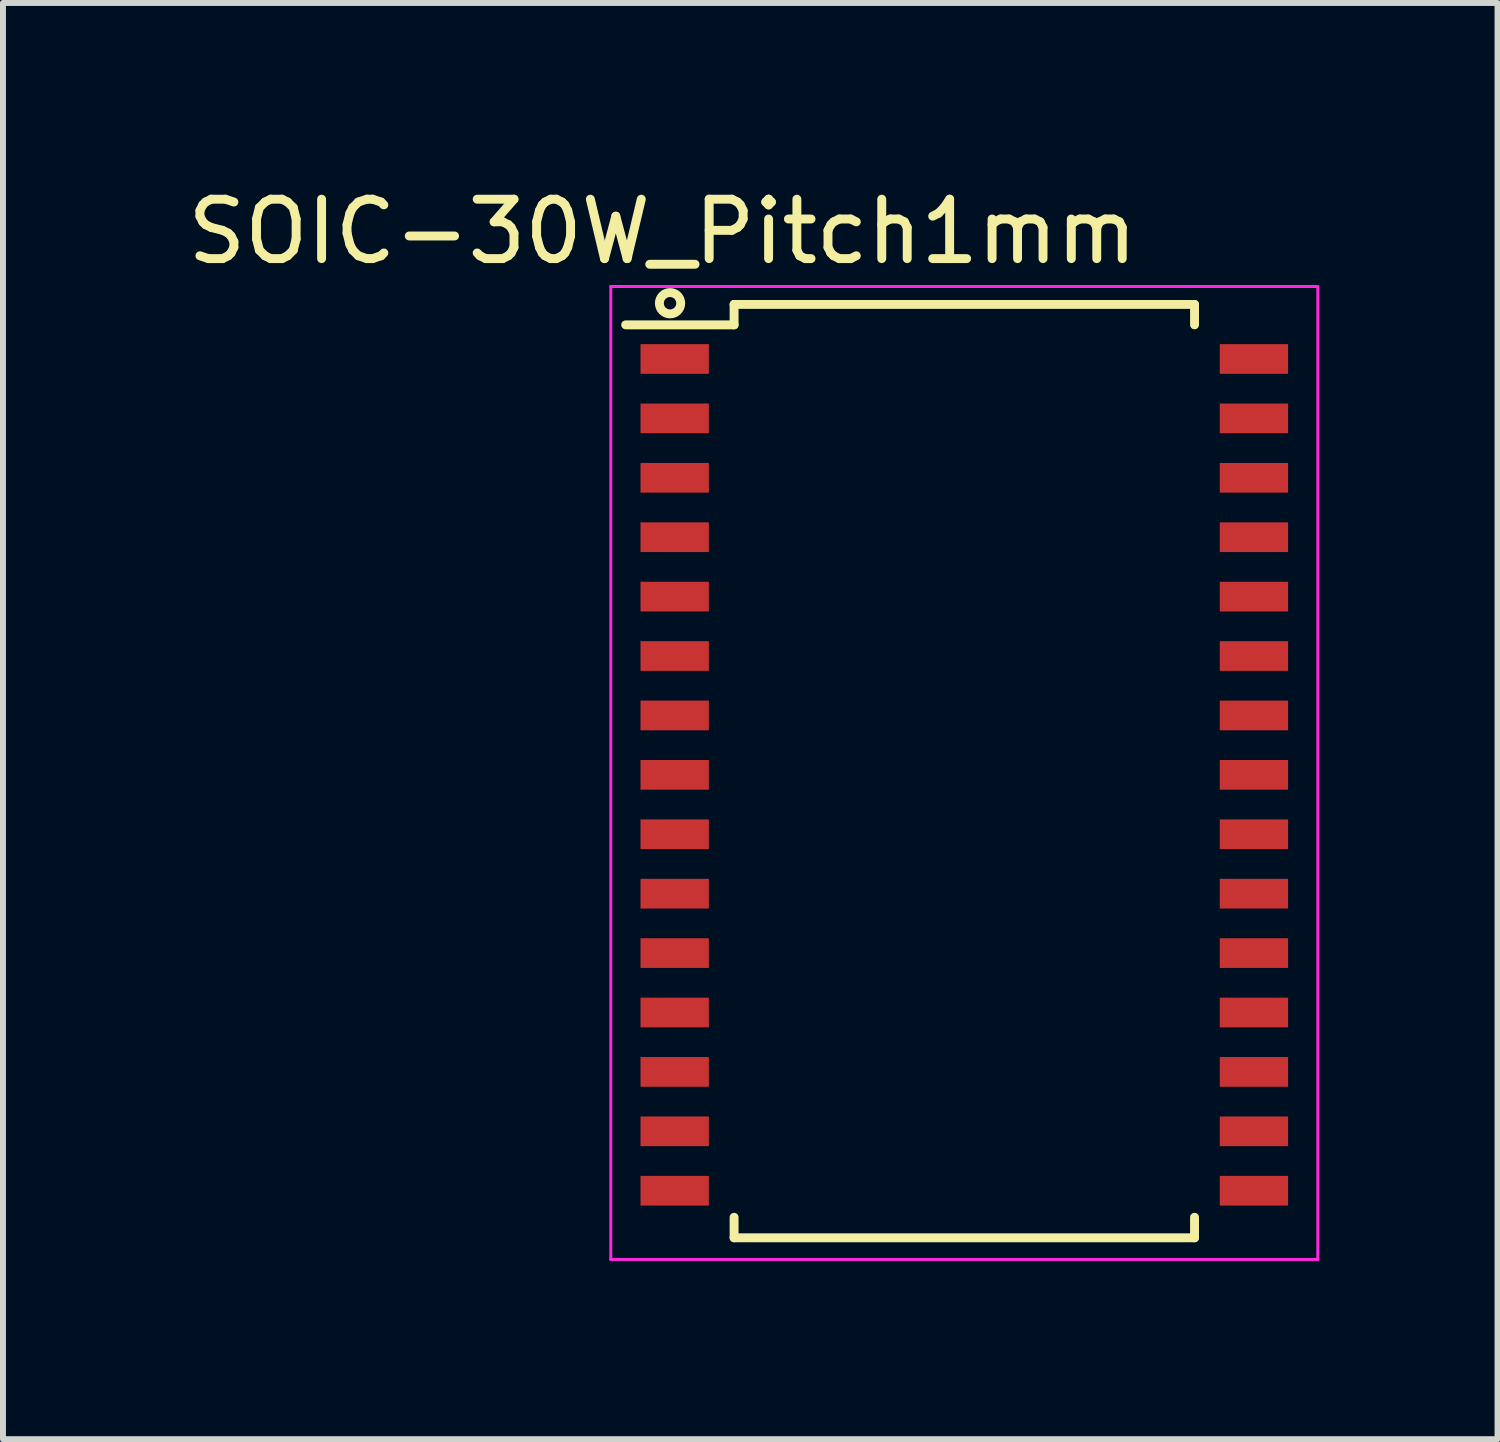
<source format=kicad_pcb>
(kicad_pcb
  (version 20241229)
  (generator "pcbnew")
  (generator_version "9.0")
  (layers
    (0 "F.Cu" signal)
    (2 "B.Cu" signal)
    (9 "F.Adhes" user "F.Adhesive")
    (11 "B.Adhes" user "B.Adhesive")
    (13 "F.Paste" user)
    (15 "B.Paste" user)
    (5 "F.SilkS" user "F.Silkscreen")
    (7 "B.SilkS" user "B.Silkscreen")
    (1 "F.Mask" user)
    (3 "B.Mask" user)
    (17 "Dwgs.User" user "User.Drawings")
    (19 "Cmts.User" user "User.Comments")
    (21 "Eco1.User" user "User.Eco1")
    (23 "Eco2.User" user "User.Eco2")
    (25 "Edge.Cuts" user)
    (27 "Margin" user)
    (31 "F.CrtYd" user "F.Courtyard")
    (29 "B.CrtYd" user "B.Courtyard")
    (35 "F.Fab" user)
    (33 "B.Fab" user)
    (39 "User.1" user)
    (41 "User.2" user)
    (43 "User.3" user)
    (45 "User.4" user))
  (footprint "SOIC-30W_Pitch1mm"
    (layer "F.Cu")
    (at 13.181 9.992)
    (property "Reference" "SOIC-30W_Pitch1mm" (at -5.08 -9.144 0) (layer "F.SilkS") (effects (font (size 1 1) (thickness 0.15))))
    (attr smd)
    (fp_line (start -3.875 -7.918) (end -3.875 -7.574) (stroke (width 0.15) (type solid)) (layer "F.SilkS"))
    (fp_line (start -3.875 -7.918) (end 3.875 -7.918) (stroke (width 0.15) (type solid)) (layer "F.SilkS"))
    (fp_line (start -3.875 -7.574) (end -5.7 -7.574) (stroke (width 0.15) (type solid)) (layer "F.SilkS"))
    (fp_line (start -3.875 7.792) (end -3.875 7.447) (stroke (width 0.15) (type solid)) (layer "F.SilkS"))
    (fp_line (start -3.875 7.792) (end 3.875 7.792) (stroke (width 0.15) (type solid)) (layer "F.SilkS"))
    (fp_line (start 3.875 -7.918) (end 3.875 -7.574) (stroke (width 0.15) (type solid)) (layer "F.SilkS"))
    (fp_line (start 3.875 7.792) (end 3.875 7.447) (stroke (width 0.15) (type solid)) (layer "F.SilkS"))
    (fp_circle (center -4.953 -7.938) (end -4.826 -7.811) (stroke (width 0.15) (type solid)) (fill no) (layer "F.SilkS"))
    (fp_line (start -5.95 -8.22) (end -5.95 8.157) (stroke (width 0.05) (type solid)) (layer "F.CrtYd"))
    (fp_line (start -5.95 -8.22) (end 5.95 -8.22) (stroke (width 0.05) (type solid)) (layer "F.CrtYd"))
    (fp_line (start -5.95 8.157) (end 5.95 8.157) (stroke (width 0.05) (type solid)) (layer "F.CrtYd"))
    (fp_line (start 5.95 -8.22) (end 5.95 8.157) (stroke (width 0.05) (type solid)) (layer "F.CrtYd"))
    (pad "1" smd rect (at -4.875 -7) (size 1.15 0.5) (layers "F.Cu" "F.Mask" "F.Paste"))
    (pad "2" smd rect (at -4.875 -6) (size 1.15 0.5) (layers "F.Cu" "F.Mask" "F.Paste"))
    (pad "3" smd rect (at -4.875 -5) (size 1.15 0.5) (layers "F.Cu" "F.Mask" "F.Paste"))
    (pad "4" smd rect (at -4.875 -4) (size 1.15 0.5) (layers "F.Cu" "F.Mask" "F.Paste"))
    (pad "5" smd rect (at -4.875 -3) (size 1.15 0.5) (layers "F.Cu" "F.Mask" "F.Paste"))
    (pad "6" smd rect (at -4.875 -2) (size 1.15 0.5) (layers "F.Cu" "F.Mask" "F.Paste"))
    (pad "7" smd rect (at -4.875 -1) (size 1.15 0.5) (layers "F.Cu" "F.Mask" "F.Paste"))
    (pad "8" smd rect (at -4.875 0) (size 1.15 0.5) (layers "F.Cu" "F.Mask" "F.Paste"))
    (pad "9" smd rect (at -4.875 1) (size 1.15 0.5) (layers "F.Cu" "F.Mask" "F.Paste"))
    (pad "10" smd rect (at -4.875 2) (size 1.15 0.5) (layers "F.Cu" "F.Mask" "F.Paste"))
    (pad "11" smd rect (at -4.875 3) (size 1.15 0.5) (layers "F.Cu" "F.Mask" "F.Paste"))
    (pad "12" smd rect (at -4.875 4) (size 1.15 0.5) (layers "F.Cu" "F.Mask" "F.Paste"))
    (pad "13" smd rect (at -4.875 5) (size 1.15 0.5) (layers "F.Cu" "F.Mask" "F.Paste"))
    (pad "14" smd rect (at -4.875 6) (size 1.15 0.5) (layers "F.Cu" "F.Mask" "F.Paste"))
    (pad "15" smd rect (at -4.875 7) (size 1.15 0.5) (layers "F.Cu" "F.Mask" "F.Paste"))
    (pad "16" smd rect (at 4.875 7) (size 1.15 0.5) (layers "F.Cu" "F.Mask" "F.Paste"))
    (pad "17" smd rect (at 4.875 6) (size 1.15 0.5) (layers "F.Cu" "F.Mask" "F.Paste"))
    (pad "18" smd rect (at 4.875 5) (size 1.15 0.5) (layers "F.Cu" "F.Mask" "F.Paste"))
    (pad "19" smd rect (at 4.875 4) (size 1.15 0.5) (layers "F.Cu" "F.Mask" "F.Paste"))
    (pad "20" smd rect (at 4.875 3) (size 1.15 0.5) (layers "F.Cu" "F.Mask" "F.Paste"))
    (pad "21" smd rect (at 4.875 2) (size 1.15 0.5) (layers "F.Cu" "F.Mask" "F.Paste"))
    (pad "22" smd rect (at 4.875 1) (size 1.15 0.5) (layers "F.Cu" "F.Mask" "F.Paste"))
    (pad "23" smd rect (at 4.875 0) (size 1.15 0.5) (layers "F.Cu" "F.Mask" "F.Paste"))
    (pad "24" smd rect (at 4.875 -1) (size 1.15 0.5) (layers "F.Cu" "F.Mask" "F.Paste"))
    (pad "25" smd rect (at 4.875 -2) (size 1.15 0.5) (layers "F.Cu" "F.Mask" "F.Paste"))
    (pad "26" smd rect (at 4.875 -3) (size 1.15 0.5) (layers "F.Cu" "F.Mask" "F.Paste"))
    (pad "27" smd rect (at 4.875 -4) (size 1.15 0.5) (layers "F.Cu" "F.Mask" "F.Paste"))
    (pad "28" smd rect (at 4.875 -5) (size 1.15 0.5) (layers "F.Cu" "F.Mask" "F.Paste"))
    (pad "29" smd rect (at 4.875 -6) (size 1.15 0.5) (layers "F.Cu" "F.Mask" "F.Paste"))
    (pad "30" smd rect (at 4.875 -7) (size 1.15 0.5) (layers "F.Cu" "F.Mask" "F.Paste")))
  (gr_rect
    (start -3 -3)
    (end 22.156 21.174)
    (stroke (width 0.1) (type default))
    (fill no)
    (layer "Edge.Cuts")))
</source>
